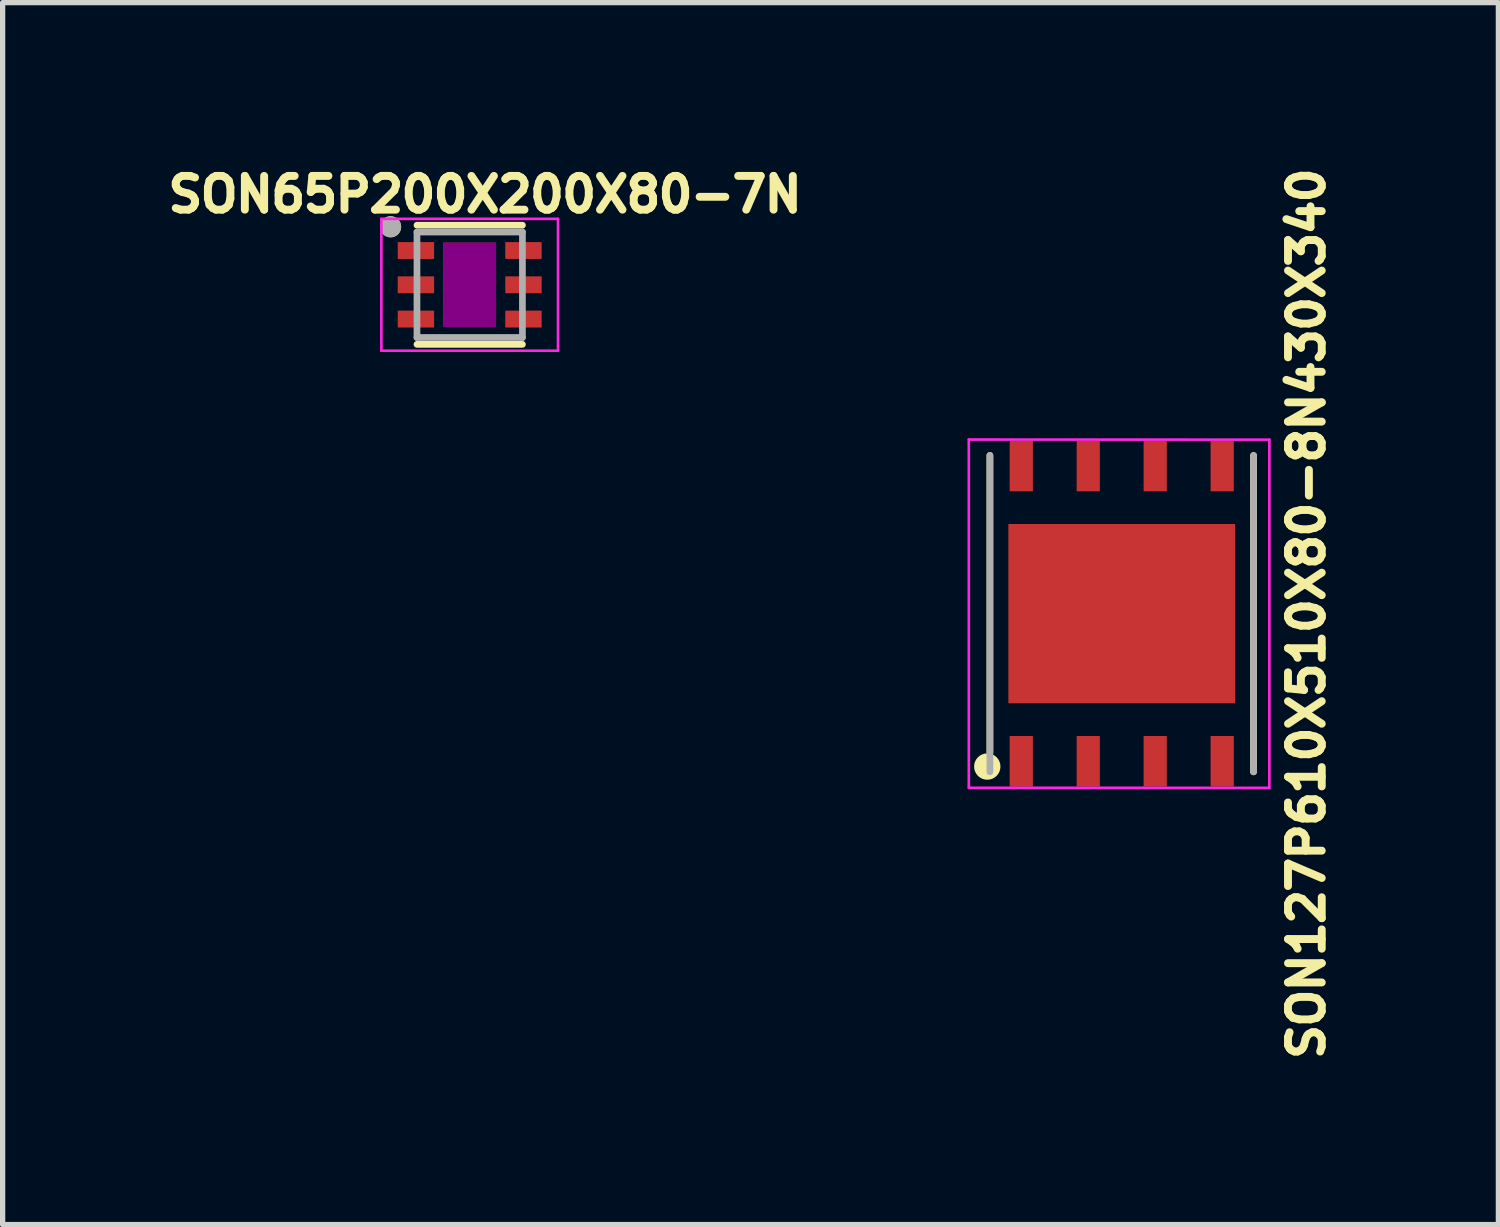
<source format=kicad_pcb>
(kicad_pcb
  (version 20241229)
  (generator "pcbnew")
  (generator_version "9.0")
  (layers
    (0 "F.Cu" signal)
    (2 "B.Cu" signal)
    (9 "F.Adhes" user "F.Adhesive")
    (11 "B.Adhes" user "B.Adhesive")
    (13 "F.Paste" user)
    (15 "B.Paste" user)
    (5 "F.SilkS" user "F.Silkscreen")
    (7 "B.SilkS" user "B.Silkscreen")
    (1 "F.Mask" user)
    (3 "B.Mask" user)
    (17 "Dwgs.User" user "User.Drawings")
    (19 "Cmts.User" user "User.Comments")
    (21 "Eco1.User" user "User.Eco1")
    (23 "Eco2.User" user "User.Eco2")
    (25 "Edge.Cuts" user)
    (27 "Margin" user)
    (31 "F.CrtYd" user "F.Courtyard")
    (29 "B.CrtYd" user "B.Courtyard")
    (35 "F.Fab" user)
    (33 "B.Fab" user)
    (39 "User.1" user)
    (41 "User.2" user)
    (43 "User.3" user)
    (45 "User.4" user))
  (footprint "SON127P610X510X80-8N430X340"
    (layer "F.Cu")
    (at 18.224 8.588)
    (property "Reference" "SON127P610X510X80-8N430X340" (at 3.505 0 90) (layer "F.SilkS") (effects (font (size 0.64 0.64) (thickness 0.15))))
    (attr smd)
    (fp_line (start -2.5 2.625) (end -2.5 -3) (stroke (width 0.127) (type solid)) (layer "F.SilkS"))
    (fp_line (start 2.5 -3) (end 2.5 3) (stroke (width 0.127) (type solid)) (layer "F.SilkS"))
    (fp_circle (center -2.55 2.9) (end -2.3 2.9) (stroke (width 0) (type solid)) (fill yes) (layer "F.SilkS"))
    (fp_line (start -2.9 -3.302) (end 2.8 -3.3) (stroke (width 0.05) (type solid)) (layer "F.CrtYd"))
    (fp_line (start -2.9 3.302) (end -2.9 -3.302) (stroke (width 0.05) (type solid)) (layer "F.CrtYd"))
    (fp_line (start 2.8 -3.3) (end 2.8 3.304) (stroke (width 0.05) (type solid)) (layer "F.CrtYd"))
    (fp_line (start 2.8 3.304) (end -2.9 3.302) (stroke (width 0.05) (type solid)) (layer "F.CrtYd"))
    (fp_line (start -2.5 -3) (end -2.5 3) (stroke (width 0.127) (type solid)) (layer "F.Fab"))
    (fp_line (start 2.5 3) (end 2.5 -3) (stroke (width 0.127) (type solid)) (layer "F.Fab"))
    (pad "1" smd rect (at -1.905 2.8 90) (size 0.96 0.44) (layers "F.Cu" "F.Mask" "F.Paste"))
    (pad "2" smd rect (at -0.635 2.8 90) (size 0.96 0.44) (layers "F.Cu" "F.Mask" "F.Paste"))
    (pad "3" smd rect (at 0.635 2.8 90) (size 0.96 0.44) (layers "F.Cu" "F.Mask" "F.Paste"))
    (pad "4" smd rect (at 1.905 2.8 90) (size 0.96 0.44) (layers "F.Cu" "F.Mask" "F.Paste"))
    (pad "5" smd rect (at 1.905 -2.8 90) (size 0.96 0.44) (layers "F.Cu" "F.Mask" "F.Paste"))
    (pad "6" smd rect (at 0.635 -2.8 90) (size 0.96 0.44) (layers "F.Cu" "F.Mask" "F.Paste"))
    (pad "7" smd rect (at -0.635 -2.8 90) (size 0.96 0.44) (layers "F.Cu" "F.Mask" "F.Paste"))
    (pad "8" smd rect (at -1.905 -2.8 90) (size 0.96 0.44) (layers "F.Cu" "F.Mask" "F.Paste"))
    (pad "9" smd rect (at 0 0 90) (size 3.4 4.3) (layers "F.Cu" "F.Mask" "F.Paste")))
  (footprint "SON65P200X200X80-7N"
    (layer "F.Cu")
    (at 5.858 2.351)
    (property "Reference" "SON65P200X200X80-7N" (at 0.292 -1.713 0) (layer "F.SilkS") (effects (font (size 0.64 0.64) (thickness 0.15))))
    (attr smd)
    (fp_line (start -1 -1.13) (end 1 -1.13) (stroke (width 0.127) (type solid)) (layer "F.SilkS"))
    (fp_line (start -1 1.13) (end 1 1.13) (stroke (width 0.127) (type solid)) (layer "F.SilkS"))
    (fp_circle (center -1.5 -1.1) (end -1.4 -1.1) (stroke (width 0.2) (type solid)) (fill no) (layer "F.SilkS"))
    (fp_poly (pts (xy -0.316 -0.506) (xy 0.316 -0.506) (xy 0.316 0.506) (xy -0.316 0.506)) (stroke (width 0.01) (type solid)) (fill yes) (layer "F.Paste"))
    (fp_line (start -1.675 -1.25) (end -1.675 1.25) (stroke (width 0.05) (type solid)) (layer "F.CrtYd"))
    (fp_line (start -1.675 -1.25) (end 1.675 -1.25) (stroke (width 0.05) (type solid)) (layer "F.CrtYd"))
    (fp_line (start -1.675 1.25) (end 1.675 1.25) (stroke (width 0.05) (type solid)) (layer "F.CrtYd"))
    (fp_line (start 1.675 -1.25) (end 1.675 1.25) (stroke (width 0.05) (type solid)) (layer "F.CrtYd"))
    (fp_line (start -1 -1) (end -1 1) (stroke (width 0.127) (type solid)) (layer "F.Fab"))
    (fp_line (start -1 -1) (end 1 -1) (stroke (width 0.127) (type solid)) (layer "F.Fab"))
    (fp_line (start -1 1) (end 1 1) (stroke (width 0.127) (type solid)) (layer "F.Fab"))
    (fp_line (start 1 -1) (end 1 1) (stroke (width 0.127) (type solid)) (layer "F.Fab"))
    (fp_circle (center -1.5 -1.1) (end -1.4 -1.1) (stroke (width 0.2) (type solid)) (fill no) (layer "F.Fab"))
    (pad "1" smd rect (at -1.02 -0.65) (size 0.69 0.32) (layers "F.Cu" "F.Paste"))
    (pad "2" smd rect (at -1.02 0) (size 0.69 0.32) (layers "F.Cu" "F.Paste"))
    (pad "3" smd rect (at -1.02 0.65) (size 0.69 0.32) (layers "F.Cu" "F.Paste"))
    (pad "4" smd rect (at 1.02 0.65) (size 0.69 0.32) (layers "F.Cu" "F.Paste"))
    (pad "5" smd rect (at 1.02 0) (size 0.69 0.32) (layers "F.Cu" "F.Paste"))
    (pad "6" smd rect (at 1.02 -0.65) (size 0.69 0.32) (layers "F.Cu" "F.Paste"))
    (pad "7" smd rect (at 0 0) (size 1 1.6) (layers "F.Cu" "F.Adhes")))
  (gr_rect
    (start -3 -3)
    (end 25.367 20.175)
    (stroke (width 0.1) (type default))
    (fill no)
    (layer "Edge.Cuts")))
</source>
